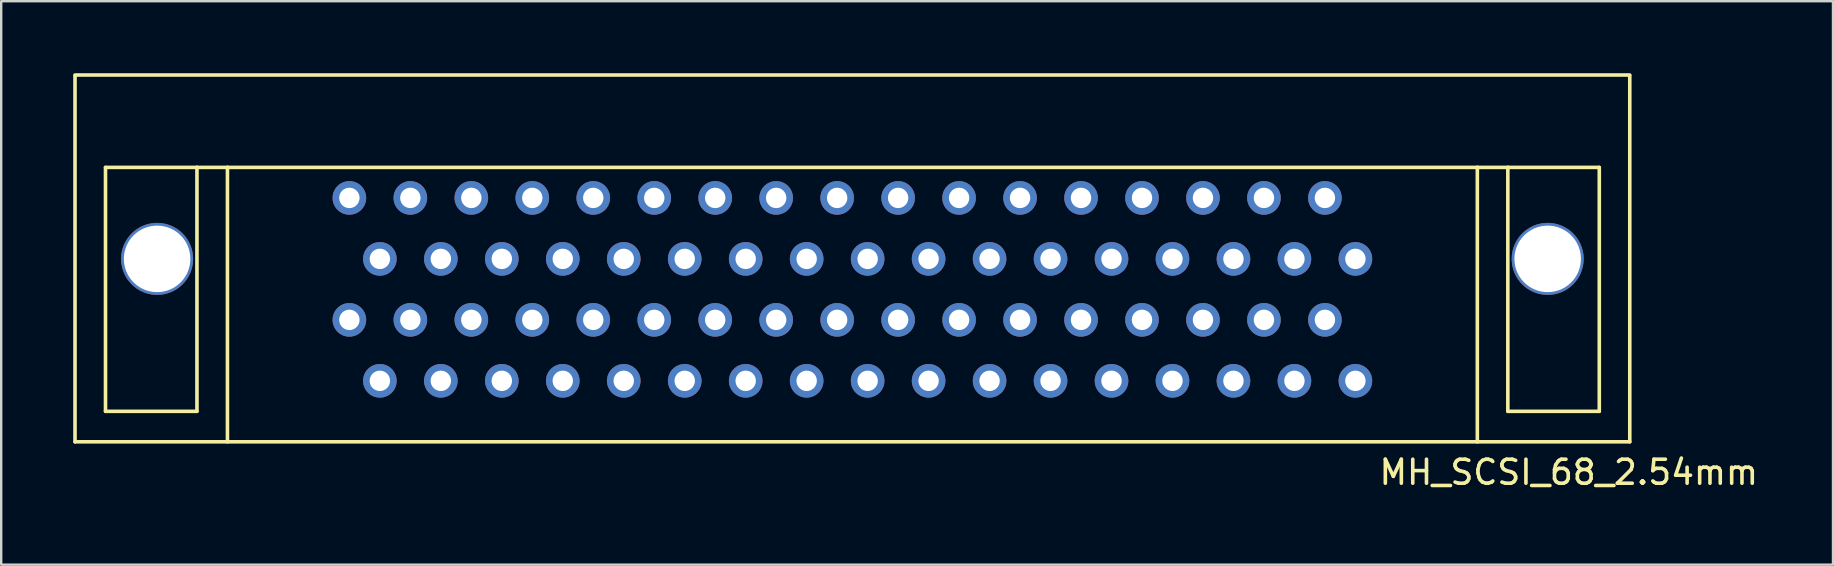
<source format=kicad_pcb>
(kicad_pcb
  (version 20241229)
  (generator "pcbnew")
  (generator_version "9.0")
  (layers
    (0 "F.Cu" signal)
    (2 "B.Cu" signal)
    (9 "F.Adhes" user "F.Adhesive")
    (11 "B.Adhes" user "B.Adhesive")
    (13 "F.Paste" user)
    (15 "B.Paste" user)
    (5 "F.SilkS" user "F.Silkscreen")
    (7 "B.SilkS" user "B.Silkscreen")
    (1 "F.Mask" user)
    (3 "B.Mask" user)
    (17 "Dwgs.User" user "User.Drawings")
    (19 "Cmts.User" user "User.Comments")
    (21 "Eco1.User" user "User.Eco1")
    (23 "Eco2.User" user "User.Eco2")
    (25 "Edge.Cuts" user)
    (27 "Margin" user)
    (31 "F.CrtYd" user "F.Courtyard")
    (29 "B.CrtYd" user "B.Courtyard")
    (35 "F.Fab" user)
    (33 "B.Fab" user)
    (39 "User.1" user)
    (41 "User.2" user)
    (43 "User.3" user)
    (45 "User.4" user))
  (footprint "MH_SCSI_68_2.54mm"
    (layer "F.Cu")
    (at 48.335 10.275)
    (property "Reference" "MH_SCSI_68_2.54mm" (at 13.97 6.35 0) (layer "F.SilkS") (effects (font (size 1 1) (thickness 0.15))))
    (attr through_hole)
    (fp_line (start -48.26 -10.2) (end 16.51 -10.2) (stroke (width 0.15) (type solid)) (layer "F.SilkS"))
    (fp_line (start -48.26 5.08) (end -48.26 -10.16) (stroke (width 0.15) (type solid)) (layer "F.SilkS"))
    (fp_line (start -46.99 -6.35) (end -46.99 3.81) (stroke (width 0.15) (type solid)) (layer "F.SilkS"))
    (fp_line (start -46.99 -6.35) (end -43.18 -6.35) (stroke (width 0.15) (type solid)) (layer "F.SilkS"))
    (fp_line (start -46.99 3.81) (end -43.18 3.81) (stroke (width 0.15) (type solid)) (layer "F.SilkS"))
    (fp_line (start -43.18 -6.35) (end -41.91 -6.35) (stroke (width 0.15) (type solid)) (layer "F.SilkS"))
    (fp_line (start -43.18 3.81) (end -43.18 -6.35) (stroke (width 0.15) (type solid)) (layer "F.SilkS"))
    (fp_line (start -41.91 -6.35) (end -41.91 5.08) (stroke (width 0.15) (type solid)) (layer "F.SilkS"))
    (fp_line (start -41.91 -6.35) (end 10.16 -6.35) (stroke (width 0.15) (type solid)) (layer "F.SilkS"))
    (fp_line (start 10.16 -6.35) (end 10.16 5.08) (stroke (width 0.15) (type solid)) (layer "F.SilkS"))
    (fp_line (start 10.16 -6.35) (end 11.43 -6.35) (stroke (width 0.15) (type solid)) (layer "F.SilkS"))
    (fp_line (start 11.43 -6.35) (end 11.43 3.81) (stroke (width 0.15) (type solid)) (layer "F.SilkS"))
    (fp_line (start 11.43 -6.35) (end 15.24 -6.35) (stroke (width 0.15) (type solid)) (layer "F.SilkS"))
    (fp_line (start 11.43 3.81) (end 15.24 3.81) (stroke (width 0.15) (type solid)) (layer "F.SilkS"))
    (fp_line (start 15.24 3.81) (end 15.24 -6.35) (stroke (width 0.15) (type solid)) (layer "F.SilkS"))
    (fp_line (start 16.51 -10.16) (end 16.51 5.08) (stroke (width 0.15) (type solid)) (layer "F.SilkS"))
    (fp_line (start 16.51 5.08) (end -48.26 5.08) (stroke (width 0.15) (type solid)) (layer "F.SilkS"))
    (pad "" np_thru_hole circle (at -44.84 -2.54) (size 3 3) (drill 2.77) (layers "*.Cu" "*.Mask"))
    (pad "" np_thru_hole circle (at 13.09 -2.54) (size 3 3) (drill 2.77) (layers "*.Cu" "*.Mask"))
    (pad "1" thru_hole circle (at 5.08 2.54) (size 1.4 1.4) (drill 0.85) (layers "*.Cu" "*.Mask"))
    (pad "2" thru_hole circle (at 3.81 0) (size 1.4 1.4) (drill 0.85) (layers "*.Cu" "*.Mask"))
    (pad "3" thru_hole circle (at 2.54 2.54) (size 1.4 1.4) (drill 0.85) (layers "*.Cu" "*.Mask"))
    (pad "4" thru_hole circle (at 1.27 0) (size 1.4 1.4) (drill 0.85) (layers "*.Cu" "*.Mask"))
    (pad "5" thru_hole circle (at 0 2.54) (size 1.4 1.4) (drill 0.85) (layers "*.Cu" "*.Mask"))
    (pad "6" thru_hole circle (at -1.27 0) (size 1.4 1.4) (drill 0.85) (layers "*.Cu" "*.Mask"))
    (pad "7" thru_hole circle (at -2.54 2.54) (size 1.4 1.4) (drill 0.85) (layers "*.Cu" "*.Mask"))
    (pad "8" thru_hole circle (at -3.81 0) (size 1.4 1.4) (drill 0.85) (layers "*.Cu" "*.Mask"))
    (pad "9" thru_hole circle (at -5.08 2.54) (size 1.4 1.4) (drill 0.85) (layers "*.Cu" "*.Mask"))
    (pad "10" thru_hole circle (at -6.35 0) (size 1.4 1.4) (drill 0.85) (layers "*.Cu" "*.Mask"))
    (pad "11" thru_hole circle (at -7.62 2.54) (size 1.4 1.4) (drill 0.85) (layers "*.Cu" "*.Mask"))
    (pad "12" thru_hole circle (at -8.89 0) (size 1.4 1.4) (drill 0.85) (layers "*.Cu" "*.Mask"))
    (pad "13" thru_hole circle (at -10.16 2.54) (size 1.4 1.4) (drill 0.85) (layers "*.Cu" "*.Mask"))
    (pad "14" thru_hole circle (at -11.43 0) (size 1.4 1.4) (drill 0.85) (layers "*.Cu" "*.Mask"))
    (pad "15" thru_hole circle (at -12.7 2.54) (size 1.4 1.4) (drill 0.85) (layers "*.Cu" "*.Mask"))
    (pad "16" thru_hole circle (at -13.97 0) (size 1.4 1.4) (drill 0.85) (layers "*.Cu" "*.Mask"))
    (pad "17" thru_hole circle (at -15.24 2.54) (size 1.4 1.4) (drill 0.85) (layers "*.Cu" "*.Mask"))
    (pad "18" thru_hole circle (at -16.51 0) (size 1.4 1.4) (drill 0.85) (layers "*.Cu" "*.Mask"))
    (pad "19" thru_hole circle (at -17.78 2.54) (size 1.4 1.4) (drill 0.85) (layers "*.Cu" "*.Mask"))
    (pad "20" thru_hole circle (at -19.05 0) (size 1.4 1.4) (drill 0.85) (layers "*.Cu" "*.Mask"))
    (pad "21" thru_hole circle (at -20.32 2.54) (size 1.4 1.4) (drill 0.85) (layers "*.Cu" "*.Mask"))
    (pad "22" thru_hole circle (at -21.59 0) (size 1.4 1.4) (drill 0.85) (layers "*.Cu" "*.Mask"))
    (pad "23" thru_hole circle (at -22.86 2.54) (size 1.4 1.4) (drill 0.85) (layers "*.Cu" "*.Mask"))
    (pad "24" thru_hole circle (at -24.13 0) (size 1.4 1.4) (drill 0.85) (layers "*.Cu" "*.Mask"))
    (pad "25" thru_hole circle (at -25.4 2.54) (size 1.4 1.4) (drill 0.85) (layers "*.Cu" "*.Mask"))
    (pad "26" thru_hole circle (at -26.67 0) (size 1.4 1.4) (drill 0.85) (layers "*.Cu" "*.Mask"))
    (pad "27" thru_hole circle (at -27.94 2.54) (size 1.4 1.4) (drill 0.85) (layers "*.Cu" "*.Mask"))
    (pad "28" thru_hole circle (at -29.21 0) (size 1.4 1.4) (drill 0.85) (layers "*.Cu" "*.Mask"))
    (pad "29" thru_hole circle (at -30.48 2.54) (size 1.4 1.4) (drill 0.85) (layers "*.Cu" "*.Mask"))
    (pad "30" thru_hole circle (at -31.75 0) (size 1.4 1.4) (drill 0.85) (layers "*.Cu" "*.Mask"))
    (pad "31" thru_hole circle (at -33.02 2.54) (size 1.4 1.4) (drill 0.85) (layers "*.Cu" "*.Mask"))
    (pad "32" thru_hole circle (at -34.29 0) (size 1.4 1.4) (drill 0.85) (layers "*.Cu" "*.Mask"))
    (pad "33" thru_hole circle (at -35.56 2.54) (size 1.4 1.4) (drill 0.85) (layers "*.Cu" "*.Mask"))
    (pad "34" thru_hole circle (at -36.83 0) (size 1.4 1.4) (drill 0.85) (layers "*.Cu" "*.Mask"))
    (pad "35" thru_hole circle (at 5.08 -2.54) (size 1.4 1.4) (drill 0.85) (layers "*.Cu" "*.Mask"))
    (pad "36" thru_hole circle (at 3.81 -5.08) (size 1.4 1.4) (drill 0.85) (layers "*.Cu" "*.Mask"))
    (pad "37" thru_hole circle (at 2.54 -2.54) (size 1.4 1.4) (drill 0.85) (layers "*.Cu" "*.Mask"))
    (pad "38" thru_hole circle (at 1.27 -5.08) (size 1.4 1.4) (drill 0.85) (layers "*.Cu" "*.Mask"))
    (pad "39" thru_hole circle (at 0 -2.54) (size 1.4 1.4) (drill 0.85) (layers "*.Cu" "*.Mask"))
    (pad "40" thru_hole circle (at -1.27 -5.08) (size 1.4 1.4) (drill 0.85) (layers "*.Cu" "*.Mask"))
    (pad "41" thru_hole circle (at -2.54 -2.54) (size 1.4 1.4) (drill 0.85) (layers "*.Cu" "*.Mask"))
    (pad "42" thru_hole circle (at -3.81 -5.08) (size 1.4 1.4) (drill 0.85) (layers "*.Cu" "*.Mask"))
    (pad "43" thru_hole circle (at -5.08 -2.54) (size 1.4 1.4) (drill 0.85) (layers "*.Cu" "*.Mask"))
    (pad "44" thru_hole circle (at -6.35 -5.08) (size 1.4 1.4) (drill 0.85) (layers "*.Cu" "*.Mask"))
    (pad "45" thru_hole circle (at -7.62 -2.54) (size 1.4 1.4) (drill 0.85) (layers "*.Cu" "*.Mask"))
    (pad "46" thru_hole circle (at -8.89 -5.08) (size 1.4 1.4) (drill 0.85) (layers "*.Cu" "*.Mask"))
    (pad "47" thru_hole circle (at -10.16 -2.54) (size 1.4 1.4) (drill 0.85) (layers "*.Cu" "*.Mask"))
    (pad "48" thru_hole circle (at -11.43 -5.08) (size 1.4 1.4) (drill 0.85) (layers "*.Cu" "*.Mask"))
    (pad "49" thru_hole circle (at -12.7 -2.54) (size 1.4 1.4) (drill 0.85) (layers "*.Cu" "*.Mask"))
    (pad "50" thru_hole circle (at -13.97 -5.08) (size 1.4 1.4) (drill 0.85) (layers "*.Cu" "*.Mask"))
    (pad "51" thru_hole circle (at -15.24 -2.54) (size 1.4 1.4) (drill 0.85) (layers "*.Cu" "*.Mask"))
    (pad "52" thru_hole circle (at -16.51 -5.08) (size 1.4 1.4) (drill 0.85) (layers "*.Cu" "*.Mask"))
    (pad "53" thru_hole circle (at -17.78 -2.54) (size 1.4 1.4) (drill 0.85) (layers "*.Cu" "*.Mask"))
    (pad "54" thru_hole circle (at -19.05 -5.08) (size 1.4 1.4) (drill 0.85) (layers "*.Cu" "*.Mask"))
    (pad "55" thru_hole circle (at -20.32 -2.54) (size 1.4 1.4) (drill 0.85) (layers "*.Cu" "*.Mask"))
    (pad "56" thru_hole circle (at -21.59 -5.08) (size 1.4 1.4) (drill 0.85) (layers "*.Cu" "*.Mask"))
    (pad "57" thru_hole circle (at -22.86 -2.54) (size 1.4 1.4) (drill 0.85) (layers "*.Cu" "*.Mask"))
    (pad "58" thru_hole circle (at -24.13 -5.08) (size 1.4 1.4) (drill 0.85) (layers "*.Cu" "*.Mask"))
    (pad "59" thru_hole circle (at -25.4 -2.54) (size 1.4 1.4) (drill 0.85) (layers "*.Cu" "*.Mask"))
    (pad "60" thru_hole circle (at -26.67 -5.08) (size 1.4 1.4) (drill 0.85) (layers "*.Cu" "*.Mask"))
    (pad "61" thru_hole circle (at -27.94 -2.54) (size 1.4 1.4) (drill 0.85) (layers "*.Cu" "*.Mask"))
    (pad "62" thru_hole circle (at -29.21 -5.08) (size 1.4 1.4) (drill 0.85) (layers "*.Cu" "*.Mask"))
    (pad "63" thru_hole circle (at -30.48 -2.54) (size 1.4 1.4) (drill 0.85) (layers "*.Cu" "*.Mask"))
    (pad "64" thru_hole circle (at -31.75 -5.08) (size 1.4 1.4) (drill 0.85) (layers "*.Cu" "*.Mask"))
    (pad "65" thru_hole circle (at -33.02 -2.54) (size 1.4 1.4) (drill 0.85) (layers "*.Cu" "*.Mask"))
    (pad "66" thru_hole circle (at -34.29 -5.08) (size 1.4 1.4) (drill 0.85) (layers "*.Cu" "*.Mask"))
    (pad "67" thru_hole circle (at -35.56 -2.54) (size 1.4 1.4) (drill 0.85) (layers "*.Cu" "*.Mask"))
    (pad "68" thru_hole circle (at -36.83 -5.08) (size 1.4 1.4) (drill 0.85) (layers "*.Cu" "*.Mask")))
  (gr_rect
    (start -3 -3)
    (end 73.311 20.473)
    (stroke (width 0.1) (type default))
    (fill no)
    (layer "Edge.Cuts")))
</source>
